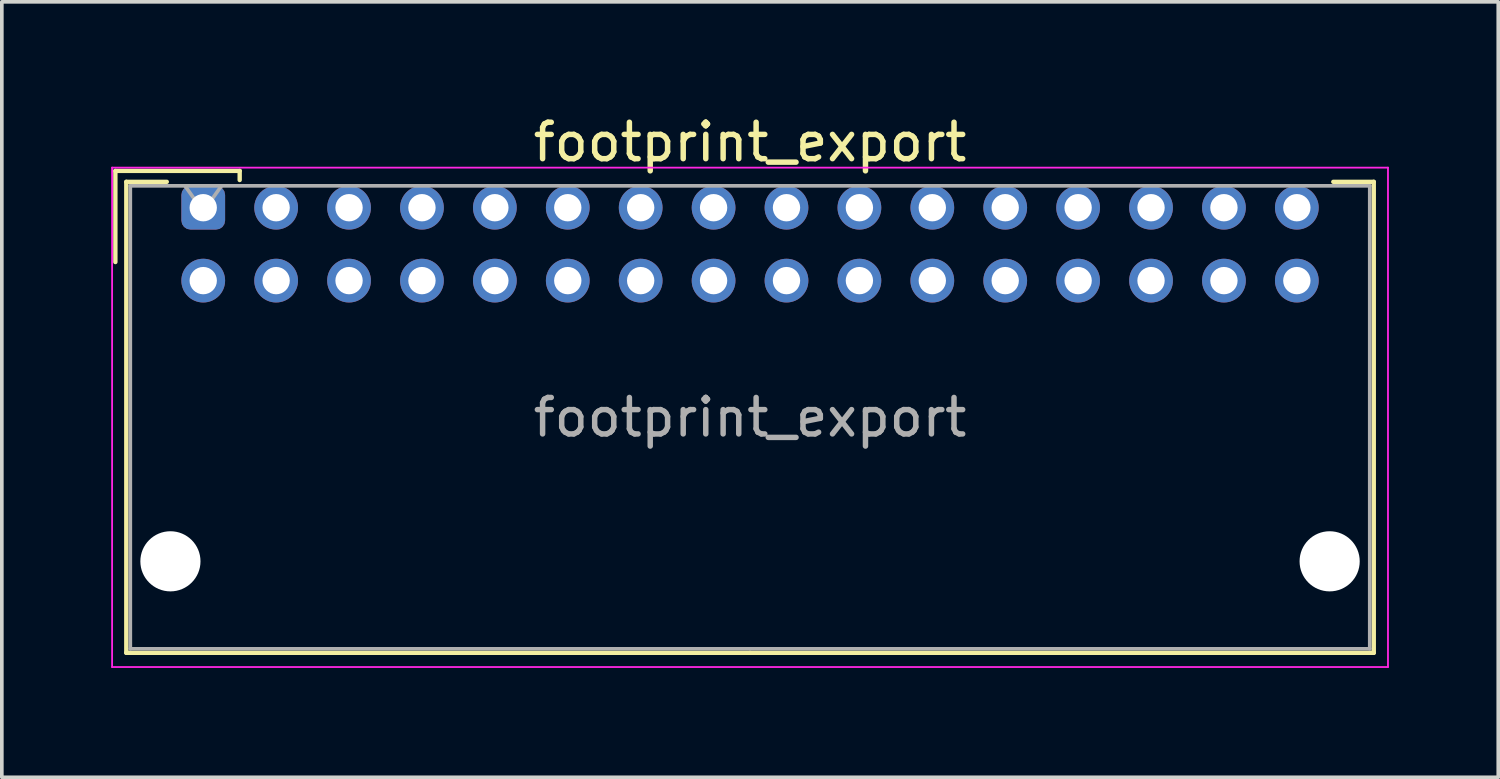
<source format=kicad_pcb>
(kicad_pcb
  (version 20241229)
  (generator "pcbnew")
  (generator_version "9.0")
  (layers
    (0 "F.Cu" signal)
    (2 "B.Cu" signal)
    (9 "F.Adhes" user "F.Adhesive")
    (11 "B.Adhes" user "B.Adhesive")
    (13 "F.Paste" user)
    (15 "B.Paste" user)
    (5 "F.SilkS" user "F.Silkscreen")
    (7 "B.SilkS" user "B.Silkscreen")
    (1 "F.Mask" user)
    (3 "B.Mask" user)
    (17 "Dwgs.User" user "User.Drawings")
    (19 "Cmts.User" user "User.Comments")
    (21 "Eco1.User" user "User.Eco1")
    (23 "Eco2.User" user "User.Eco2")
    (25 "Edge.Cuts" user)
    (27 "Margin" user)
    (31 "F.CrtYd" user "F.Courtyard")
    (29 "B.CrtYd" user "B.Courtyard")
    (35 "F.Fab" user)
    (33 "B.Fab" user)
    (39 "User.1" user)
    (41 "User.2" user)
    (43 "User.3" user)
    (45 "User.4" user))
  (footprint "footprint_export"
    (layer "F.Cu")
    (at 2.525 2.648)
    (property "Reference" "footprint_export" (at 15 -1.8 0) (layer "F.SilkS") (effects (font (size 1 1) (thickness 0.15))))
    (attr through_hole)
    (fp_line (start -2.41 -1.01) (end -2.41 1.49) (stroke (width 0.12) (type solid)) (layer "F.SilkS"))
    (fp_line (start -2.11 -0.71) (end -2.11 12.21) (stroke (width 0.12) (type solid)) (layer "F.SilkS"))
    (fp_line (start -2.11 12.21) (end 15 12.21) (stroke (width 0.12) (type solid)) (layer "F.SilkS"))
    (fp_line (start -1 -0.71) (end -2.11 -0.71) (stroke (width 0.12) (type solid)) (layer "F.SilkS"))
    (fp_line (start 1 -1.01) (end -2.41 -1.01) (stroke (width 0.12) (type solid)) (layer "F.SilkS"))
    (fp_line (start 1 -0.76) (end 1 -1.01) (stroke (width 0.12) (type solid)) (layer "F.SilkS"))
    (fp_line (start 31 -0.71) (end 32.11 -0.71) (stroke (width 0.12) (type solid)) (layer "F.SilkS"))
    (fp_line (start 32.11 -0.71) (end 32.11 12.21) (stroke (width 0.12) (type solid)) (layer "F.SilkS"))
    (fp_line (start 32.11 12.21) (end 15 12.21) (stroke (width 0.12) (type solid)) (layer "F.SilkS"))
    (fp_line (start -2.5 -1.1) (end -2.5 12.6) (stroke (width 0.05) (type solid)) (layer "F.CrtYd"))
    (fp_line (start -2.5 12.6) (end 32.5 12.6) (stroke (width 0.05) (type solid)) (layer "F.CrtYd"))
    (fp_line (start 32.5 -1.1) (end -2.5 -1.1) (stroke (width 0.05) (type solid)) (layer "F.CrtYd"))
    (fp_line (start 32.5 12.6) (end 32.5 -1.1) (stroke (width 0.05) (type solid)) (layer "F.CrtYd"))
    (fp_line (start -2 -0.6) (end -2 12.1) (stroke (width 0.1) (type solid)) (layer "F.Fab"))
    (fp_line (start -2 12.1) (end 32 12.1) (stroke (width 0.1) (type solid)) (layer "F.Fab"))
    (fp_line (start 0 0.107) (end -0.5 -0.6) (stroke (width 0.1) (type solid)) (layer "F.Fab"))
    (fp_line (start 0.5 -0.6) (end 0 0.107) (stroke (width 0.1) (type solid)) (layer "F.Fab"))
    (fp_line (start 32 -0.6) (end -2 -0.6) (stroke (width 0.1) (type solid)) (layer "F.Fab"))
    (fp_line (start 32 12.1) (end 32 -0.6) (stroke (width 0.1) (type solid)) (layer "F.Fab"))
    (fp_text user "${REFERENCE}" (at 15 5.75 0) (layer "F.Fab") (effects (font (size 1 1) (thickness 0.15))))
    (pad "" np_thru_hole circle (at -0.9 9.7) (size 1.65 1.65) (drill 1.65) (layers "*.Cu" "*.Mask"))
    (pad "" np_thru_hole circle (at 30.9 9.7) (size 1.65 1.65) (drill 1.65) (layers "*.Cu" "*.Mask"))
    (pad "1" thru_hole roundrect (at 0 0) (size 1.2 1.2) (drill 0.75) (layers "*.Cu" "*.Mask") (roundrect_rratio 0.208))
    (pad "2" thru_hole circle (at 0 2) (size 1.2 1.2) (drill 0.75) (layers "*.Cu" "*.Mask"))
    (pad "3" thru_hole circle (at 2 0) (size 1.2 1.2) (drill 0.75) (layers "*.Cu" "*.Mask"))
    (pad "4" thru_hole circle (at 2 2) (size 1.2 1.2) (drill 0.75) (layers "*.Cu" "*.Mask"))
    (pad "5" thru_hole circle (at 4 0) (size 1.2 1.2) (drill 0.75) (layers "*.Cu" "*.Mask"))
    (pad "6" thru_hole circle (at 4 2) (size 1.2 1.2) (drill 0.75) (layers "*.Cu" "*.Mask"))
    (pad "7" thru_hole circle (at 6 0) (size 1.2 1.2) (drill 0.75) (layers "*.Cu" "*.Mask"))
    (pad "8" thru_hole circle (at 6 2) (size 1.2 1.2) (drill 0.75) (layers "*.Cu" "*.Mask"))
    (pad "9" thru_hole circle (at 8 0) (size 1.2 1.2) (drill 0.75) (layers "*.Cu" "*.Mask"))
    (pad "10" thru_hole circle (at 8 2) (size 1.2 1.2) (drill 0.75) (layers "*.Cu" "*.Mask"))
    (pad "11" thru_hole circle (at 10 0) (size 1.2 1.2) (drill 0.75) (layers "*.Cu" "*.Mask"))
    (pad "12" thru_hole circle (at 10 2) (size 1.2 1.2) (drill 0.75) (layers "*.Cu" "*.Mask"))
    (pad "13" thru_hole circle (at 12 0) (size 1.2 1.2) (drill 0.75) (layers "*.Cu" "*.Mask"))
    (pad "14" thru_hole circle (at 12 2) (size 1.2 1.2) (drill 0.75) (layers "*.Cu" "*.Mask"))
    (pad "15" thru_hole circle (at 14 0) (size 1.2 1.2) (drill 0.75) (layers "*.Cu" "*.Mask"))
    (pad "16" thru_hole circle (at 14 2) (size 1.2 1.2) (drill 0.75) (layers "*.Cu" "*.Mask"))
    (pad "17" thru_hole circle (at 16 0) (size 1.2 1.2) (drill 0.75) (layers "*.Cu" "*.Mask"))
    (pad "18" thru_hole circle (at 16 2) (size 1.2 1.2) (drill 0.75) (layers "*.Cu" "*.Mask"))
    (pad "19" thru_hole circle (at 18 0) (size 1.2 1.2) (drill 0.75) (layers "*.Cu" "*.Mask"))
    (pad "20" thru_hole circle (at 18 2) (size 1.2 1.2) (drill 0.75) (layers "*.Cu" "*.Mask"))
    (pad "21" thru_hole circle (at 20 0) (size 1.2 1.2) (drill 0.75) (layers "*.Cu" "*.Mask"))
    (pad "22" thru_hole circle (at 20 2) (size 1.2 1.2) (drill 0.75) (layers "*.Cu" "*.Mask"))
    (pad "23" thru_hole circle (at 22 0) (size 1.2 1.2) (drill 0.75) (layers "*.Cu" "*.Mask"))
    (pad "24" thru_hole circle (at 22 2) (size 1.2 1.2) (drill 0.75) (layers "*.Cu" "*.Mask"))
    (pad "25" thru_hole circle (at 24 0) (size 1.2 1.2) (drill 0.75) (layers "*.Cu" "*.Mask"))
    (pad "26" thru_hole circle (at 24 2) (size 1.2 1.2) (drill 0.75) (layers "*.Cu" "*.Mask"))
    (pad "27" thru_hole circle (at 26 0) (size 1.2 1.2) (drill 0.75) (layers "*.Cu" "*.Mask"))
    (pad "28" thru_hole circle (at 26 2) (size 1.2 1.2) (drill 0.75) (layers "*.Cu" "*.Mask"))
    (pad "29" thru_hole circle (at 28 0) (size 1.2 1.2) (drill 0.75) (layers "*.Cu" "*.Mask"))
    (pad "30" thru_hole circle (at 28 2) (size 1.2 1.2) (drill 0.75) (layers "*.Cu" "*.Mask"))
    (pad "31" thru_hole circle (at 30 0) (size 1.2 1.2) (drill 0.75) (layers "*.Cu" "*.Mask"))
    (pad "32" thru_hole circle (at 30 2) (size 1.2 1.2) (drill 0.75) (layers "*.Cu" "*.Mask")))
  (gr_rect
    (start -3 -3)
    (end 38.05 18.273)
    (stroke (width 0.1) (type default))
    (fill no)
    (layer "Edge.Cuts")))
</source>
